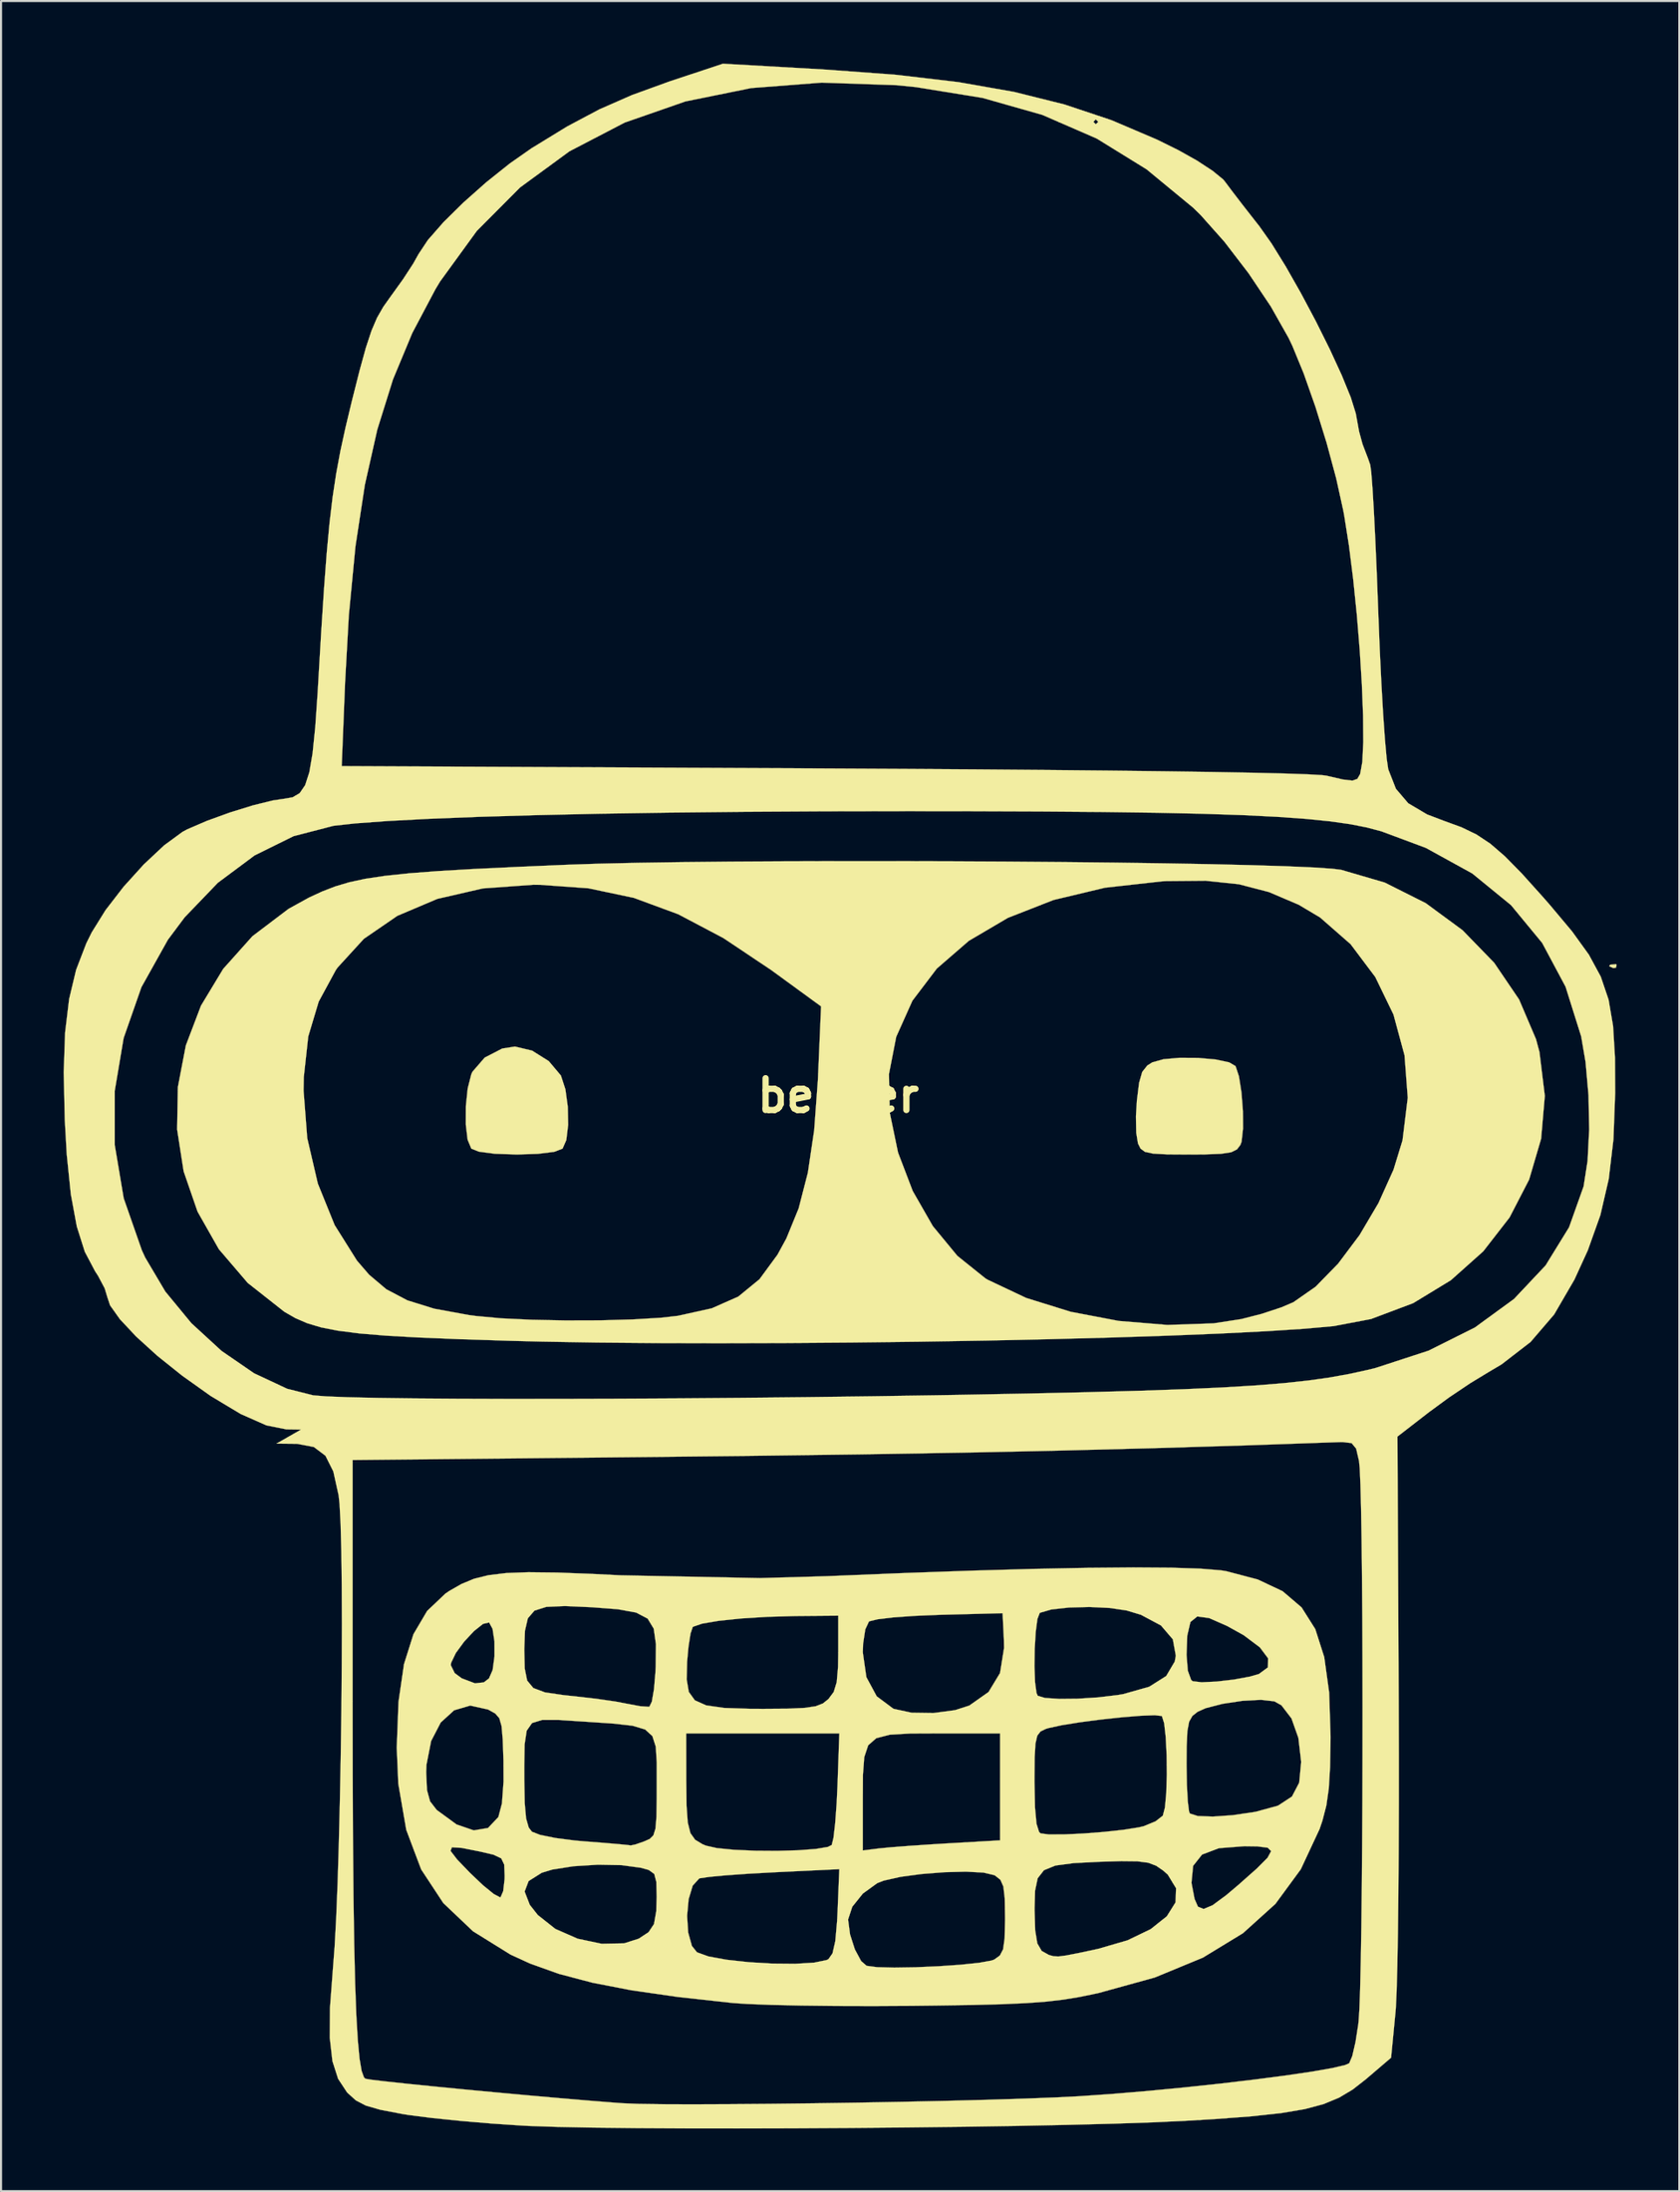
<source format=kicad_pcb>
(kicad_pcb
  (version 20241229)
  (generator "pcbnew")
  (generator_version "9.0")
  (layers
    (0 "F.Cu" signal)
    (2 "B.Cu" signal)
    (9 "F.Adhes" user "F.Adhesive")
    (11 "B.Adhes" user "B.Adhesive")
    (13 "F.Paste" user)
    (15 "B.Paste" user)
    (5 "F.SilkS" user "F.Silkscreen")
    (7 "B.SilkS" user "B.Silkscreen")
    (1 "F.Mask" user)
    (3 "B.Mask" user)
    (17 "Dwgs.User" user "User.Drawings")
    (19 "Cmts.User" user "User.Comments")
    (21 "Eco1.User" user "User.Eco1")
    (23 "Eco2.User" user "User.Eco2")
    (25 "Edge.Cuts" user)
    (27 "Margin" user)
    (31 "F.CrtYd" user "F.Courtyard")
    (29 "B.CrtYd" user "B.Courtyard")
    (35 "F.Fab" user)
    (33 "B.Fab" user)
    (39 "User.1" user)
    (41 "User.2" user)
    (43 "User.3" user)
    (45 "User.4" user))
  (footprint "bender"
    (layer "F.Cu")
    (at 37.138 49.475)
    (property "Reference" "bender" (at 0 0 0) (layer "F.SilkS") (effects (font (size 1.524 1.524) (thickness 0.3))))
    (attr through_hole)
    (fp_poly (pts (xy 37.316 -6.272) (xy 37.284 -6.132) (xy 37.159 -6.115) (xy 36.966 -6.201) (xy 37.002 -6.272) (xy 37.282 -6.3) (xy 37.316 -6.272)) (stroke (width 0.01) (type solid)) (fill yes) (layer "F.SilkS"))
    (fp_poly (pts (xy -14.677 -2.156) (xy -13.878 -1.654) (xy -13.306 -0.975) (xy -13.292 -0.948) (xy -13.081 -0.301) (xy -12.966 0.537) (xy -12.95 1.401) (xy -13.037 2.127) (xy -13.217 2.54) (xy -13.614 2.693) (xy -14.397 2.79) (xy -15.405 2.822) (xy -16.472 2.786) (xy -17.232 2.685) (xy -17.592 2.54) (xy -17.769 2.113) (xy -17.856 1.383) (xy -17.854 0.512) (xy -17.765 -0.343) (xy -17.593 -1.021) (xy -17.539 -1.142) (xy -16.951 -1.822) (xy -16.11 -2.257) (xy -15.499 -2.352) (xy -14.677 -2.156)) (stroke (width 0.01) (type solid)) (fill yes) (layer "F.SilkS"))
    (fp_poly (pts (xy 17.252 -1.808) (xy 18.09 -1.733) (xy 18.739 -1.595) (xy 19.047 -1.416) (xy 19.21 -0.925) (xy 19.331 -0.149) (xy 19.4 0.743) (xy 19.405 1.583) (xy 19.337 2.201) (xy 19.284 2.355) (xy 19.118 2.575) (xy 18.841 2.713) (xy 18.354 2.788) (xy 17.562 2.818) (xy 16.802 2.822) (xy 15.76 2.815) (xy 15.092 2.779) (xy 14.701 2.694) (xy 14.492 2.538) (xy 14.37 2.293) (xy 14.287 1.785) (xy 14.272 0.996) (xy 14.317 0.241) (xy 14.424 -0.617) (xy 14.573 -1.136) (xy 14.816 -1.443) (xy 15.052 -1.593) (xy 15.589 -1.744) (xy 16.37 -1.814) (xy 17.252 -1.808)) (stroke (width 0.01) (type solid)) (fill yes) (layer "F.SilkS"))
    (fp_poly (pts (xy 2.624 -11.242) (xy 5.354 -11.235) (xy 8.07 -11.22) (xy 10.724 -11.198) (xy 13.271 -11.17) (xy 15.663 -11.135) (xy 17.854 -11.095) (xy 19.798 -11.048) (xy 21.448 -10.997) (xy 22.758 -10.94) (xy 23.681 -10.878) (xy 24.106 -10.826) (xy 26.199 -10.215) (xy 28.162 -9.23) (xy 29.932 -7.928) (xy 31.446 -6.369) (xy 32.64 -4.61) (xy 33.451 -2.708) (xy 33.617 -2.09) (xy 33.874 0.011) (xy 33.697 2.065) (xy 33.122 4.024) (xy 32.184 5.84) (xy 30.922 7.465) (xy 29.369 8.85) (xy 27.564 9.948) (xy 25.541 10.71) (xy 23.754 11.049) (xy 22.351 11.175) (xy 20.532 11.293) (xy 18.35 11.404) (xy 15.86 11.505) (xy 13.115 11.596) (xy 10.168 11.675) (xy 7.074 11.743) (xy 3.887 11.797) (xy 0.661 11.837) (xy -2.552 11.862) (xy -5.696 11.871) (xy -8.718 11.864) (xy -11.565 11.838) (xy -14.182 11.793) (xy -15.757 11.753) (xy -18.133 11.677) (xy -20.091 11.597) (xy -21.685 11.507) (xy -22.966 11.4) (xy -23.988 11.269) (xy -24.804 11.108) (xy -25.466 10.909) (xy -26.027 10.666) (xy -26.54 10.371) (xy -26.566 10.354) (xy -28.311 8.979) (xy -29.694 7.363) (xy -30.716 5.562) (xy -31.383 3.629) (xy -31.696 1.621) (xy -31.663 -0.242) (xy -25.635 -0.242) (xy -25.459 2.036) (xy -24.951 4.216) (xy -24.145 6.205) (xy -23.073 7.913) (xy -22.493 8.585) (xy -21.668 9.283) (xy -20.657 9.815) (xy -19.371 10.215) (xy -17.724 10.517) (xy -17.358 10.566) (xy -16.178 10.676) (xy -14.704 10.746) (xy -13.067 10.779) (xy -11.4 10.774) (xy -9.833 10.73) (xy -8.498 10.649) (xy -7.689 10.557) (xy -6.064 10.197) (xy -4.793 9.635) (xy -3.776 8.802) (xy -2.913 7.627) (xy -2.487 6.846) (xy -1.897 5.403) (xy -1.456 3.694) (xy -1.153 1.657) (xy -0.974 -0.771) (xy -0.968 -0.904) (xy -0.963 -1.034) (xy 2.43 -1.034) (xy 2.471 0.83) (xy 2.866 2.73) (xy 3.569 4.571) (xy 4.533 6.254) (xy 5.712 7.684) (xy 7.058 8.763) (xy 7.172 8.831) (xy 9.011 9.7) (xy 11.148 10.364) (xy 13.448 10.802) (xy 15.774 10.994) (xy 17.993 10.918) (xy 19.319 10.714) (xy 20.299 10.463) (xy 21.245 10.15) (xy 21.821 9.904) (xy 22.886 9.161) (xy 23.966 8.054) (xy 24.994 6.683) (xy 25.901 5.147) (xy 26.622 3.548) (xy 27.053 2.143) (xy 27.304 0.1) (xy 27.149 -1.934) (xy 26.619 -3.887) (xy 25.747 -5.686) (xy 24.562 -7.262) (xy 23.098 -8.543) (xy 22.072 -9.153) (xy 20.65 -9.759) (xy 19.21 -10.134) (xy 17.616 -10.301) (xy 15.729 -10.284) (xy 15.522 -10.274) (xy 12.791 -9.969) (xy 10.319 -9.379) (xy 8.132 -8.523) (xy 6.258 -7.42) (xy 4.723 -6.089) (xy 3.554 -4.549) (xy 2.778 -2.818) (xy 2.43 -1.034) (xy -0.963 -1.034) (xy -0.823 -4.278) (xy -3.22 -6.025) (xy -5.508 -7.554) (xy -7.672 -8.696) (xy -9.8 -9.481) (xy -11.98 -9.941) (xy -14.301 -10.108) (xy -14.63 -10.109) (xy -17.037 -9.935) (xy -19.22 -9.433) (xy -21.136 -8.621) (xy -22.745 -7.517) (xy -24.003 -6.141) (xy -24.094 -6.009) (xy -24.909 -4.507) (xy -25.41 -2.836) (xy -25.623 -0.896) (xy -25.635 -0.242) (xy -31.663 -0.242) (xy -31.66 -0.409) (xy -31.278 -2.404) (xy -30.552 -4.312) (xy -29.487 -6.076) (xy -28.085 -7.643) (xy -26.351 -8.956) (xy -25.367 -9.498) (xy -24.743 -9.786) (xy -24.121 -10.027) (xy -23.446 -10.228) (xy -22.667 -10.396) (xy -21.731 -10.536) (xy -20.585 -10.657) (xy -19.176 -10.765) (xy -17.453 -10.866) (xy -15.361 -10.966) (xy -12.99 -11.068) (xy -11.46 -11.119) (xy -9.619 -11.161) (xy -7.513 -11.194) (xy -5.189 -11.219) (xy -2.694 -11.234) (xy -0.074 -11.242) (xy 2.624 -11.242)) (stroke (width 0.01) (type solid)) (fill yes) (layer "F.SilkS"))
    (fp_poly (pts (xy -0.588 -49.188) (xy 2.779 -48.938) (xy 5.758 -48.588) (xy 8.422 -48.12) (xy 10.847 -47.516) (xy 13.105 -46.761) (xy 15.272 -45.837) (xy 16.301 -45.329) (xy 17.189 -44.832) (xy 17.947 -44.336) (xy 18.448 -43.927) (xy 18.535 -43.825) (xy 18.866 -43.382) (xy 19.39 -42.699) (xy 20.011 -41.904) (xy 20.185 -41.684) (xy 20.773 -40.852) (xy 21.452 -39.754) (xy 22.176 -38.48) (xy 22.897 -37.124) (xy 23.568 -35.776) (xy 24.142 -34.528) (xy 24.572 -33.474) (xy 24.812 -32.705) (xy 24.836 -32.572) (xy 24.97 -31.839) (xy 25.133 -31.24) (xy 25.162 -31.162) (xy 25.401 -30.538) (xy 25.506 -30.235) (xy 25.553 -29.887) (xy 25.611 -29.134) (xy 25.677 -28.041) (xy 25.746 -26.673) (xy 25.816 -25.095) (xy 25.882 -23.371) (xy 25.889 -23.179) (xy 25.959 -21.413) (xy 26.039 -19.756) (xy 26.124 -18.281) (xy 26.21 -17.059) (xy 26.292 -16.159) (xy 26.366 -15.655) (xy 26.37 -15.64) (xy 26.736 -14.708) (xy 27.326 -14.016) (xy 28.232 -13.48) (xy 29.043 -13.171) (xy 29.879 -12.866) (xy 30.59 -12.523) (xy 31.257 -12.081) (xy 31.958 -11.476) (xy 32.773 -10.646) (xy 33.779 -9.528) (xy 34.102 -9.159) (xy 35.18 -7.874) (xy 35.986 -6.758) (xy 36.558 -5.702) (xy 36.932 -4.599) (xy 37.146 -3.343) (xy 37.238 -1.824) (xy 37.247 -0.118) (xy 37.164 2.098) (xy 36.939 3.998) (xy 36.539 5.724) (xy 35.936 7.415) (xy 35.294 8.819) (xy 34.321 10.492) (xy 33.191 11.809) (xy 31.801 12.883) (xy 31.171 13.257) (xy 30.302 13.785) (xy 29.287 14.467) (xy 28.344 15.157) (xy 28.328 15.169) (xy 26.809 16.345) (xy 26.869 29.045) (xy 26.876 31.527) (xy 26.876 33.931) (xy 26.868 36.204) (xy 26.852 38.292) (xy 26.831 40.144) (xy 26.803 41.704) (xy 26.77 42.921) (xy 26.732 43.74) (xy 26.716 43.934) (xy 26.504 46.122) (xy 25.286 47.162) (xy 24.662 47.649) (xy 24.011 48.038) (xy 23.266 48.347) (xy 22.361 48.588) (xy 21.229 48.779) (xy 19.804 48.933) (xy 18.02 49.066) (xy 16.581 49.152) (xy 15.077 49.222) (xy 13.208 49.285) (xy 11.037 49.341) (xy 8.628 49.391) (xy 6.041 49.433) (xy 3.341 49.466) (xy 0.59 49.492) (xy -2.149 49.508) (xy -4.813 49.515) (xy -7.341 49.512) (xy -9.668 49.499) (xy -11.733 49.475) (xy -13.472 49.44) (xy -14.822 49.394) (xy -15.149 49.377) (xy -16.628 49.278) (xy -18.131 49.15) (xy -19.509 49.008) (xy -20.615 48.866) (xy -20.911 48.818) (xy -21.951 48.619) (xy -22.648 48.419) (xy -23.129 48.167) (xy -23.518 47.816) (xy -23.558 47.772) (xy -23.979 47.133) (xy -24.25 46.288) (xy -24.377 45.173) (xy -24.368 43.729) (xy -24.229 41.892) (xy -24.227 41.863) (xy -24.145 40.804) (xy -24.069 39.401) (xy -24.001 37.717) (xy -23.942 35.817) (xy -23.892 33.765) (xy -23.851 31.625) (xy -23.821 29.462) (xy -23.803 27.339) (xy -23.796 25.321) (xy -23.803 23.472) (xy -23.823 21.857) (xy -23.858 20.539) (xy -23.908 19.582) (xy -23.952 19.168) (xy -24.208 18.015) (xy -24.482 17.469) (xy -23.283 17.469) (xy -23.283 29.041) (xy -23.279 32.595) (xy -23.266 35.701) (xy -23.242 38.381) (xy -23.208 40.657) (xy -23.163 42.551) (xy -23.106 44.085) (xy -23.035 45.282) (xy -22.952 46.162) (xy -22.853 46.75) (xy -22.74 47.065) (xy -22.669 47.132) (xy -22.368 47.182) (xy -21.672 47.264) (xy -20.655 47.373) (xy -19.391 47.501) (xy -17.954 47.641) (xy -16.417 47.786) (xy -14.855 47.929) (xy -13.341 48.063) (xy -11.949 48.181) (xy -10.753 48.276) (xy -10.348 48.306) (xy -9.608 48.336) (xy -8.465 48.353) (xy -6.985 48.358) (xy -5.236 48.351) (xy -3.284 48.335) (xy -1.197 48.31) (xy 0.959 48.277) (xy 3.116 48.237) (xy 5.209 48.191) (xy 7.17 48.14) (xy 8.931 48.085) (xy 10.427 48.027) (xy 11.524 47.972) (xy 13.12 47.862) (xy 14.827 47.718) (xy 16.579 47.55) (xy 18.31 47.365) (xy 19.953 47.171) (xy 21.44 46.977) (xy 22.706 46.791) (xy 23.684 46.62) (xy 24.307 46.473) (xy 24.497 46.388) (xy 24.643 46.045) (xy 24.799 45.373) (xy 24.933 44.509) (xy 24.944 44.413) (xy 24.985 43.822) (xy 25.021 42.832) (xy 25.052 41.498) (xy 25.079 39.874) (xy 25.1 38.017) (xy 25.117 35.98) (xy 25.129 33.819) (xy 25.135 31.589) (xy 25.137 29.345) (xy 25.133 27.142) (xy 25.125 25.035) (xy 25.11 23.078) (xy 25.091 21.328) (xy 25.066 19.838) (xy 25.036 18.664) (xy 25.001 17.862) (xy 24.968 17.521) (xy 24.829 16.921) (xy 24.612 16.659) (xy 24.176 16.606) (xy 23.982 16.611) (xy 19.581 16.765) (xy 15.16 16.899) (xy 10.639 17.015) (xy 5.937 17.115) (xy 0.975 17.199) (xy -4.329 17.271) (xy -7.702 17.308) (xy -23.283 17.469) (xy -24.482 17.469) (xy -24.585 17.263) (xy -25.141 16.844) (xy -25.931 16.693) (xy -26.073 16.69) (xy -26.929 16.681) (xy -25.753 16.009) (xy -26.458 15.999) (xy -27.419 15.806) (xy -28.641 15.266) (xy -30.09 14.396) (xy -31.447 13.431) (xy -32.651 12.467) (xy -33.665 11.545) (xy -34.436 10.722) (xy -34.911 10.053) (xy -35.043 9.655) (xy -35.168 9.239) (xy -35.484 8.643) (xy -35.63 8.417) (xy -36.122 7.485) (xy -36.506 6.271) (xy -36.792 4.727) (xy -36.989 2.802) (xy -37.014 2.36) (xy -34.689 2.36) (xy -34.257 4.925) (xy -33.388 7.414) (xy -33.228 7.761) (xy -32.261 9.395) (xy -31.012 10.911) (xy -29.566 12.239) (xy -28.008 13.31) (xy -26.423 14.053) (xy -25.17 14.369) (xy -24.564 14.418) (xy -23.528 14.459) (xy -22.103 14.491) (xy -20.328 14.515) (xy -18.244 14.531) (xy -15.891 14.539) (xy -13.31 14.538) (xy -10.54 14.53) (xy -7.623 14.513) (xy -4.599 14.488) (xy -1.507 14.455) (xy 1.612 14.414) (xy 4.718 14.365) (xy 5.762 14.347) (xy 9.069 14.283) (xy 11.948 14.218) (xy 14.438 14.15) (xy 16.583 14.075) (xy 18.423 13.991) (xy 20 13.895) (xy 21.356 13.785) (xy 22.531 13.658) (xy 23.567 13.512) (xy 24.506 13.342) (xy 25.39 13.148) (xy 25.762 13.056) (xy 28.299 12.227) (xy 30.519 11.118) (xy 32.398 9.748) (xy 33.912 8.14) (xy 35.037 6.313) (xy 35.735 4.351) (xy 35.925 3.129) (xy 36.002 1.618) (xy 35.969 -0.018) (xy 35.828 -1.612) (xy 35.62 -2.833) (xy 34.87 -5.22) (xy 33.748 -7.321) (xy 32.255 -9.132) (xy 30.395 -10.651) (xy 28.17 -11.877) (xy 26.034 -12.673) (xy 25.347 -12.855) (xy 24.536 -13.015) (xy 23.566 -13.152) (xy 22.408 -13.269) (xy 21.028 -13.367) (xy 19.395 -13.448) (xy 17.476 -13.512) (xy 15.24 -13.561) (xy 12.654 -13.597) (xy 9.687 -13.621) (xy 6.306 -13.634) (xy 3.378 -13.637) (xy -0.675 -13.63) (xy -4.521 -13.606) (xy -8.129 -13.567) (xy -11.471 -13.514) (xy -14.516 -13.446) (xy -17.236 -13.366) (xy -19.601 -13.272) (xy -21.581 -13.167) (xy -23.148 -13.052) (xy -24.194 -12.937) (xy -26.112 -12.44) (xy -27.982 -11.516) (xy -29.743 -10.205) (xy -31.334 -8.55) (xy -32.138 -7.475) (xy -33.409 -5.199) (xy -34.261 -2.761) (xy -34.689 -0.222) (xy -34.689 2.36) (xy -37.014 2.36) (xy -37.082 1.164) (xy -37.133 -1.117) (xy -37.067 -3.022) (xy -36.873 -4.633) (xy -36.538 -6.032) (xy -36.05 -7.3) (xy -35.789 -7.828) (xy -35.128 -8.892) (xy -34.262 -10.014) (xy -33.292 -11.086) (xy -32.319 -11.998) (xy -31.443 -12.641) (xy -31.211 -12.767) (xy -30.268 -13.173) (xy -29.168 -13.572) (xy -28.065 -13.914) (xy -27.114 -14.15) (xy -26.583 -14.229) (xy -26.155 -14.303) (xy -25.818 -14.503) (xy -25.558 -14.885) (xy -25.358 -15.502) (xy -25.307 -15.797) (xy -23.806 -15.797) (xy -0.673 -15.684) (xy 3.156 -15.663) (xy 6.721 -15.639) (xy 10.002 -15.611) (xy 12.977 -15.581) (xy 15.624 -15.549) (xy 17.922 -15.515) (xy 19.85 -15.479) (xy 21.386 -15.442) (xy 22.509 -15.403) (xy 23.197 -15.364) (xy 23.401 -15.338) (xy 24.195 -15.154) (xy 24.651 -15.101) (xy 24.886 -15.184) (xy 25.017 -15.41) (xy 25.022 -15.424) (xy 25.126 -15.995) (xy 25.171 -16.953) (xy 25.162 -18.218) (xy 25.104 -19.71) (xy 25.002 -21.349) (xy 24.862 -23.056) (xy 24.689 -24.751) (xy 24.487 -26.356) (xy 24.261 -27.789) (xy 24.215 -28.041) (xy 23.874 -29.589) (xy 23.413 -31.297) (xy 22.878 -33.023) (xy 22.315 -34.622) (xy 21.769 -35.951) (xy 21.589 -36.328) (xy 20.737 -37.835) (xy 19.674 -39.422) (xy 18.515 -40.934) (xy 17.374 -42.216) (xy 17.013 -42.569) (xy 14.783 -44.407) (xy 12.392 -45.883) (xy 10.551 -46.684) (xy 12.23 -46.684) (xy 12.347 -46.567) (xy 12.465 -46.684) (xy 12.347 -46.802) (xy 12.23 -46.684) (xy 10.551 -46.684) (xy 9.786 -47.017) (xy 6.915 -47.832) (xy 3.725 -48.349) (xy 2.799 -48.441) (xy -0.793 -48.565) (xy -4.175 -48.303) (xy -7.329 -47.662) (xy -10.238 -46.649) (xy -12.886 -45.272) (xy -15.255 -43.538) (xy -17.328 -41.455) (xy -19.089 -39.031) (xy -19.314 -38.657) (xy -20.423 -36.56) (xy -21.348 -34.335) (xy -22.101 -31.927) (xy -22.697 -29.279) (xy -23.147 -26.335) (xy -23.464 -23.038) (xy -23.643 -19.834) (xy -23.806 -15.797) (xy -25.307 -15.797) (xy -25.202 -16.408) (xy -25.074 -17.658) (xy -24.96 -19.307) (xy -24.923 -19.934) (xy -24.781 -22.341) (xy -24.65 -24.349) (xy -24.522 -26.03) (xy -24.389 -27.454) (xy -24.241 -28.694) (xy -24.07 -29.821) (xy -23.868 -30.906) (xy -23.625 -32.019) (xy -23.334 -33.234) (xy -23.315 -33.31) (xy -22.947 -34.766) (xy -22.647 -35.854) (xy -22.38 -36.664) (xy -22.113 -37.288) (xy -21.811 -37.816) (xy -21.44 -38.339) (xy -21.419 -38.367) (xy -20.863 -39.141) (xy -20.381 -39.881) (xy -20.12 -40.346) (xy -19.676 -41.016) (xy -18.93 -41.868) (xy -17.968 -42.818) (xy -16.879 -43.784) (xy -15.749 -44.686) (xy -14.709 -45.414) (xy -13.002 -46.459) (xy -11.457 -47.28) (xy -9.884 -47.97) (xy -8.094 -48.619) (xy -7.879 -48.691) (xy -5.527 -49.47) (xy -0.588 -49.188)) (stroke (width 0.01) (type solid)) (fill yes) (layer "F.SilkS"))
    (fp_poly (pts (xy 15.973 22.632) (xy 17.381 22.679) (xy 18.347 22.758) (xy 18.602 22.799) (xy 20.11 23.196) (xy 21.304 23.759) (xy 22.214 24.536) (xy 22.87 25.574) (xy 23.3 26.919) (xy 23.535 28.619) (xy 23.602 30.72) (xy 23.602 30.809) (xy 23.579 32.185) (xy 23.517 33.218) (xy 23.4 34.034) (xy 23.212 34.761) (xy 23.076 35.16) (xy 22.175 37.09) (xy 20.958 38.749) (xy 19.401 40.155) (xy 17.482 41.325) (xy 15.178 42.276) (xy 12.465 43.025) (xy 12.343 43.051) (xy 11.566 43.211) (xy 10.806 43.336) (xy 9.99 43.432) (xy 9.042 43.503) (xy 7.888 43.556) (xy 6.453 43.594) (xy 4.662 43.622) (xy 3.528 43.636) (xy 1.697 43.647) (xy -0.097 43.642) (xy -1.766 43.622) (xy -3.221 43.59) (xy -4.373 43.545) (xy -5.056 43.499) (xy -7.689 43.21) (xy -9.915 42.89) (xy -11.796 42.525) (xy -13.395 42.103) (xy -14.776 41.608) (xy -15.71 41.18) (xy -17.51 40.062) (xy -18.934 38.709) (xy -19.996 37.095) (xy -20.331 36.207) (xy -18.589 36.207) (xy -18.275 36.616) (xy -17.65 37.266) (xy -17.025 37.86) (xy -16.516 38.274) (xy -16.215 38.434) (xy -16.188 38.428) (xy -16.071 38.157) (xy -15.036 38.157) (xy -14.789 38.794) (xy -14.405 39.282) (xy -13.565 39.947) (xy -12.494 40.418) (xy -11.343 40.661) (xy -10.263 40.639) (xy -9.568 40.417) (xy -9.095 40.107) (xy -8.834 39.714) (xy -8.765 39.323) (xy -7.247 39.323) (xy -7.196 40.121) (xy -7.016 40.766) (xy -6.773 41.069) (xy -6.224 41.267) (xy -5.353 41.427) (xy -4.286 41.544) (xy -3.148 41.61) (xy -2.064 41.62) (xy -1.16 41.566) (xy -0.562 41.443) (xy -0.47 41.398) (xy -0.275 41.12) (xy -0.141 40.534) (xy -0.055 39.571) (xy -0.051 39.505) (xy 0.472 39.505) (xy 0.565 40.212) (xy 0.796 40.93) (xy 1.097 41.49) (xy 1.359 41.717) (xy 1.859 41.783) (xy 2.683 41.804) (xy 3.707 41.787) (xy 4.81 41.739) (xy 5.865 41.666) (xy 6.752 41.573) (xy 7.345 41.466) (xy 7.48 41.417) (xy 7.748 41.224) (xy 7.904 40.925) (xy 7.976 40.404) (xy 7.996 39.544) (xy 7.996 39.394) (xy 7.99 38.986) (xy 9.411 38.986) (xy 9.411 39.011) (xy 9.44 40.01) (xy 9.543 40.641) (xy 9.753 41.004) (xy 10.1 41.197) (xy 10.113 41.201) (xy 10.321 41.258) (xy 10.557 41.27) (xy 10.93 41.221) (xy 11.549 41.1) (xy 12.465 40.903) (xy 13.868 40.495) (xy 14.975 39.962) (xy 15.752 39.344) (xy 16.17 38.676) (xy 16.196 37.998) (xy 16.037 37.738) (xy 16.934 37.738) (xy 17.082 38.512) (xy 17.246 38.885) (xy 17.514 38.993) (xy 17.945 38.815) (xy 18.6 38.331) (xy 19.19 37.832) (xy 20.062 37.059) (xy 20.581 36.538) (xy 20.754 36.22) (xy 20.588 36.054) (xy 20.091 35.992) (xy 19.467 35.983) (xy 18.251 36.078) (xy 17.442 36.383) (xy 17.012 36.926) (xy 16.934 37.738) (xy 16.037 37.738) (xy 15.799 37.347) (xy 15.581 37.153) (xy 15.242 36.92) (xy 14.868 36.777) (xy 14.348 36.709) (xy 13.572 36.7) (xy 12.554 36.729) (xy 11.285 36.793) (xy 10.412 36.91) (xy 9.862 37.134) (xy 9.561 37.519) (xy 9.435 38.119) (xy 9.411 38.986) (xy 7.99 38.986) (xy 7.981 38.478) (xy 7.917 37.917) (xy 7.775 37.594) (xy 7.524 37.394) (xy 7.482 37.371) (xy 6.965 37.248) (xy 6.122 37.204) (xy 5.087 37.23) (xy 3.996 37.316) (xy 2.984 37.452) (xy 2.187 37.631) (xy 1.872 37.752) (xy 1.18 38.253) (xy 0.672 38.886) (xy 0.472 39.495) (xy 0.472 39.505) (xy -0.051 39.505) (xy -0.033 39.129) (xy 0.051 37.084) (xy -3.122 37.236) (xy -4.323 37.303) (xy -5.374 37.378) (xy -6.175 37.453) (xy -6.627 37.519) (xy -6.669 37.532) (xy -6.979 37.875) (xy -7.174 38.523) (xy -7.247 39.323) (xy -8.765 39.323) (xy -8.725 39.097) (xy -8.705 38.413) (xy -8.721 37.696) (xy -8.822 37.312) (xy -9.085 37.122) (xy -9.466 37.016) (xy -10.392 36.891) (xy -11.53 36.87) (xy -12.695 36.943) (xy -13.704 37.102) (xy -14.214 37.256) (xy -14.845 37.654) (xy -15.036 38.157) (xy -16.071 38.157) (xy -16.062 38.136) (xy -15.996 37.564) (xy -15.993 37.4) (xy -16.014 36.864) (xy -16.157 36.565) (xy -16.537 36.388) (xy -17.18 36.238) (xy -18.061 36.063) (xy -18.524 36.037) (xy -18.589 36.207) (xy -20.331 36.207) (xy -20.711 35.196) (xy -21.092 32.985) (xy -21.115 32.449) (xy -19.756 32.449) (xy -19.717 33.294) (xy -19.57 33.832) (xy -19.267 34.226) (xy -19.226 34.264) (xy -18.299 34.941) (xy -17.473 35.225) (xy -16.793 35.111) (xy -16.302 34.594) (xy -16.291 34.572) (xy -16.123 33.935) (xy -16.046 32.886) (xy -16.049 32.123) (xy -15.053 32.123) (xy -15.052 32.799) (xy -15.032 33.915) (xy -14.966 34.65) (xy -14.839 35.09) (xy -14.686 35.289) (xy -14.298 35.44) (xy -13.568 35.589) (xy -12.626 35.711) (xy -12.158 35.752) (xy -11.209 35.826) (xy -10.463 35.89) (xy -10.023 35.935) (xy -9.952 35.948) (xy -9.728 35.901) (xy -9.305 35.754) (xy -9.037 35.635) (xy -8.863 35.461) (xy -8.763 35.141) (xy -8.716 34.583) (xy -8.703 33.697) (xy -8.702 33.044) (xy -8.702 31.971) (xy -8.749 31.21) (xy -8.912 30.702) (xy -9.053 30.574) (xy -7.291 30.574) (xy -7.287 32.867) (xy -7.273 34.045) (xy -7.216 34.845) (xy -7.088 35.357) (xy -6.862 35.674) (xy -6.51 35.887) (xy -6.343 35.957) (xy -5.817 36.075) (xy -4.999 36.156) (xy -4.004 36.2) (xy -2.944 36.208) (xy -1.932 36.18) (xy -1.079 36.116) (xy -0.5 36.019) (xy -0.312 35.925) (xy -0.228 35.579) (xy -0.146 34.875) (xy -0.076 33.923) (xy -0.068 33.751) (xy 1.176 33.751) (xy 1.176 36.189) (xy 1.94 36.092) (xy 2.495 36.038) (xy 3.38 35.969) (xy 4.458 35.896) (xy 5.233 35.849) (xy 7.761 35.703) (xy 7.761 32.901) (xy 9.407 32.901) (xy 9.431 34.117) (xy 9.504 34.905) (xy 9.631 35.306) (xy 9.701 35.369) (xy 10.093 35.42) (xy 10.819 35.419) (xy 11.745 35.376) (xy 12.741 35.298) (xy 13.673 35.197) (xy 14.41 35.08) (xy 14.647 35.024) (xy 15.214 34.79) (xy 15.561 34.518) (xy 15.561 34.518) (xy 15.662 34.129) (xy 15.726 33.431) (xy 15.752 32.55) (xy 15.748 32.069) (xy 16.698 32.069) (xy 16.714 33.041) (xy 16.756 33.828) (xy 16.818 34.317) (xy 16.855 34.415) (xy 17.236 34.537) (xy 17.96 34.564) (xy 18.909 34.497) (xy 19.967 34.341) (xy 20.016 34.332) (xy 21.081 34.041) (xy 21.752 33.602) (xy 22.099 32.938) (xy 22.192 31.969) (xy 22.192 31.921) (xy 22.06 30.79) (xy 21.73 29.858) (xy 21.247 29.227) (xy 20.909 29.038) (xy 20.269 28.965) (xy 19.377 29.013) (xy 18.427 29.156) (xy 17.613 29.366) (xy 17.227 29.54) (xy 16.978 29.738) (xy 16.822 30.012) (xy 16.737 30.464) (xy 16.704 31.2) (xy 16.698 32.069) (xy 15.748 32.069) (xy 15.743 31.614) (xy 15.7 30.751) (xy 15.625 30.088) (xy 15.519 29.752) (xy 15.505 29.74) (xy 15.175 29.703) (xy 14.5 29.728) (xy 13.597 29.802) (xy 12.585 29.911) (xy 11.582 30.042) (xy 10.708 30.183) (xy 10.08 30.319) (xy 9.937 30.364) (xy 9.695 30.484) (xy 9.541 30.686) (xy 9.454 31.065) (xy 9.416 31.714) (xy 9.407 32.727) (xy 9.407 32.901) (xy 7.761 32.901) (xy 7.761 30.574) (xy 4.838 30.574) (xy 3.454 30.58) (xy 2.472 30.637) (xy 1.822 30.805) (xy 1.436 31.144) (xy 1.246 31.713) (xy 1.182 32.572) (xy 1.176 33.751) (xy -0.068 33.751) (xy -0.037 33.102) (xy 0.052 30.574) (xy -7.291 30.574) (xy -9.053 30.574) (xy -9.259 30.387) (xy -9.861 30.207) (xy -10.785 30.103) (xy -12.101 30.015) (xy -12.258 30.005) (xy -13.412 29.93) (xy -14.196 29.93) (xy -14.68 30.078) (xy -14.937 30.445) (xy -15.037 31.103) (xy -15.053 32.123) (xy -16.049 32.123) (xy -16.05 31.87) (xy -16.085 30.865) (xy -16.141 30.225) (xy -16.25 29.845) (xy -16.444 29.621) (xy -16.756 29.447) (xy -16.796 29.428) (xy -17.643 29.24) (xy -18.415 29.466) (xy -19.058 30.051) (xy -19.519 30.941) (xy -19.743 32.079) (xy -19.756 32.449) (xy -21.115 32.449) (xy -21.167 31.262) (xy -21.082 29.06) (xy -20.826 27.304) (xy -18.576 27.304) (xy -18.388 27.685) (xy -18.05 27.935) (xy -17.416 28.175) (xy -16.992 28.129) (xy -16.745 27.94) (xy -16.569 27.536) (xy -16.481 26.884) (xy -16.481 26.576) (xy -15.052 26.576) (xy -15.032 27.459) (xy -14.915 28.042) (xy -14.619 28.4) (xy -14.06 28.609) (xy -13.155 28.742) (xy -12.58 28.802) (xy -11.606 28.914) (xy -10.699 29.045) (xy -10.11 29.156) (xy -9.499 29.271) (xy -9.083 29.299) (xy -9.055 29.295) (xy -8.937 29.053) (xy -8.834 28.456) (xy -8.794 27.983) (xy -7.268 27.983) (xy -7.166 28.585) (xy -6.876 28.988) (xy -6.334 29.231) (xy -5.478 29.354) (xy -4.242 29.395) (xy -3.593 29.398) (xy -2.413 29.389) (xy -1.606 29.352) (xy -1.079 29.273) (xy -0.733 29.138) (xy -0.474 28.931) (xy -0.47 28.928) (xy -0.217 28.588) (xy -0.073 28.118) (xy -0.01 27.39) (xy 0 26.694) (xy 0 26.691) (xy 1.176 26.691) (xy 1.348 27.879) (xy 1.843 28.796) (xy 2.626 29.381) (xy 2.678 29.403) (xy 3.516 29.583) (xy 4.566 29.599) (xy 5.603 29.46) (xy 6.283 29.241) (xy 7.206 28.591) (xy 7.756 27.681) (xy 7.808 27.361) (xy 9.406 27.361) (xy 9.434 28.117) (xy 9.504 28.636) (xy 9.564 28.771) (xy 9.909 28.875) (xy 10.594 28.92) (xy 11.489 28.911) (xy 12.468 28.848) (xy 13.403 28.736) (xy 13.667 28.69) (xy 14.908 28.339) (xy 15.723 27.824) (xy 16.133 27.129) (xy 16.184 26.849) (xy 16.177 26.811) (xy 16.698 26.811) (xy 16.758 27.57) (xy 16.919 28.014) (xy 16.992 28.074) (xy 17.421 28.124) (xy 18.137 28.091) (xy 18.965 27.995) (xy 19.733 27.853) (xy 20.167 27.728) (xy 20.599 27.411) (xy 20.607 26.974) (xy 20.212 26.448) (xy 19.435 25.865) (xy 18.648 25.427) (xy 17.782 25.046) (xy 17.214 24.968) (xy 16.883 25.235) (xy 16.731 25.889) (xy 16.698 26.811) (xy 16.177 26.811) (xy 16.041 26.066) (xy 15.472 25.401) (xy 14.512 24.889) (xy 13.836 24.685) (xy 13.022 24.562) (xy 12.044 24.515) (xy 11.056 24.541) (xy 10.216 24.634) (xy 9.677 24.791) (xy 9.659 24.802) (xy 9.548 25.09) (xy 9.467 25.707) (xy 9.418 26.511) (xy 9.406 27.361) (xy 7.808 27.361) (xy 7.949 26.48) (xy 7.942 26.106) (xy 7.879 24.812) (xy 4.821 24.892) (xy 3.651 24.941) (xy 2.64 25.014) (xy 1.887 25.104) (xy 1.492 25.201) (xy 1.47 25.215) (xy 1.296 25.586) (xy 1.192 26.264) (xy 1.176 26.691) (xy 0 26.691) (xy 0 24.93) (xy -2.058 24.949) (xy -3.409 24.987) (xy -4.665 25.066) (xy -5.735 25.178) (xy -6.528 25.313) (xy -6.954 25.459) (xy -6.978 25.479) (xy -7.083 25.79) (xy -7.182 26.425) (xy -7.247 27.142) (xy -7.268 27.983) (xy -8.794 27.983) (xy -8.763 27.62) (xy -8.752 27.366) (xy -8.741 26.297) (xy -8.846 25.554) (xy -9.138 25.072) (xy -9.688 24.783) (xy -10.568 24.623) (xy -11.812 24.527) (xy -13.101 24.47) (xy -13.994 24.509) (xy -14.564 24.689) (xy -14.882 25.057) (xy -15.021 25.657) (xy -15.052 26.535) (xy -15.052 26.576) (xy -16.481 26.576) (xy -16.482 26.166) (xy -16.573 25.561) (xy -16.739 25.257) (xy -17.029 25.324) (xy -17.463 25.669) (xy -17.934 26.174) (xy -18.335 26.721) (xy -18.559 27.189) (xy -18.576 27.304) (xy -20.826 27.304) (xy -20.82 27.259) (xy -20.366 25.82) (xy -19.709 24.704) (xy -18.833 23.872) (xy -18.633 23.737) (xy -18.06 23.41) (xy -17.462 23.163) (xy -16.772 22.992) (xy -15.923 22.889) (xy -14.849 22.849) (xy -13.481 22.865) (xy -11.754 22.931) (xy -10.466 22.996) (xy -3.75 23.131) (xy -0.588 23.041) (xy 3.036 22.893) (xy 6.342 22.776) (xy 9.309 22.691) (xy 11.917 22.639) (xy 14.145 22.619) (xy 15.973 22.632)) (stroke (width 0.01) (type solid)) (fill yes) (layer "F.SilkS")))
  (gr_rect
    (start -3 -3)
    (end 77.459 101.995)
    (stroke (width 0.1) (type default))
    (fill no)
    (layer "Edge.Cuts")))
</source>
